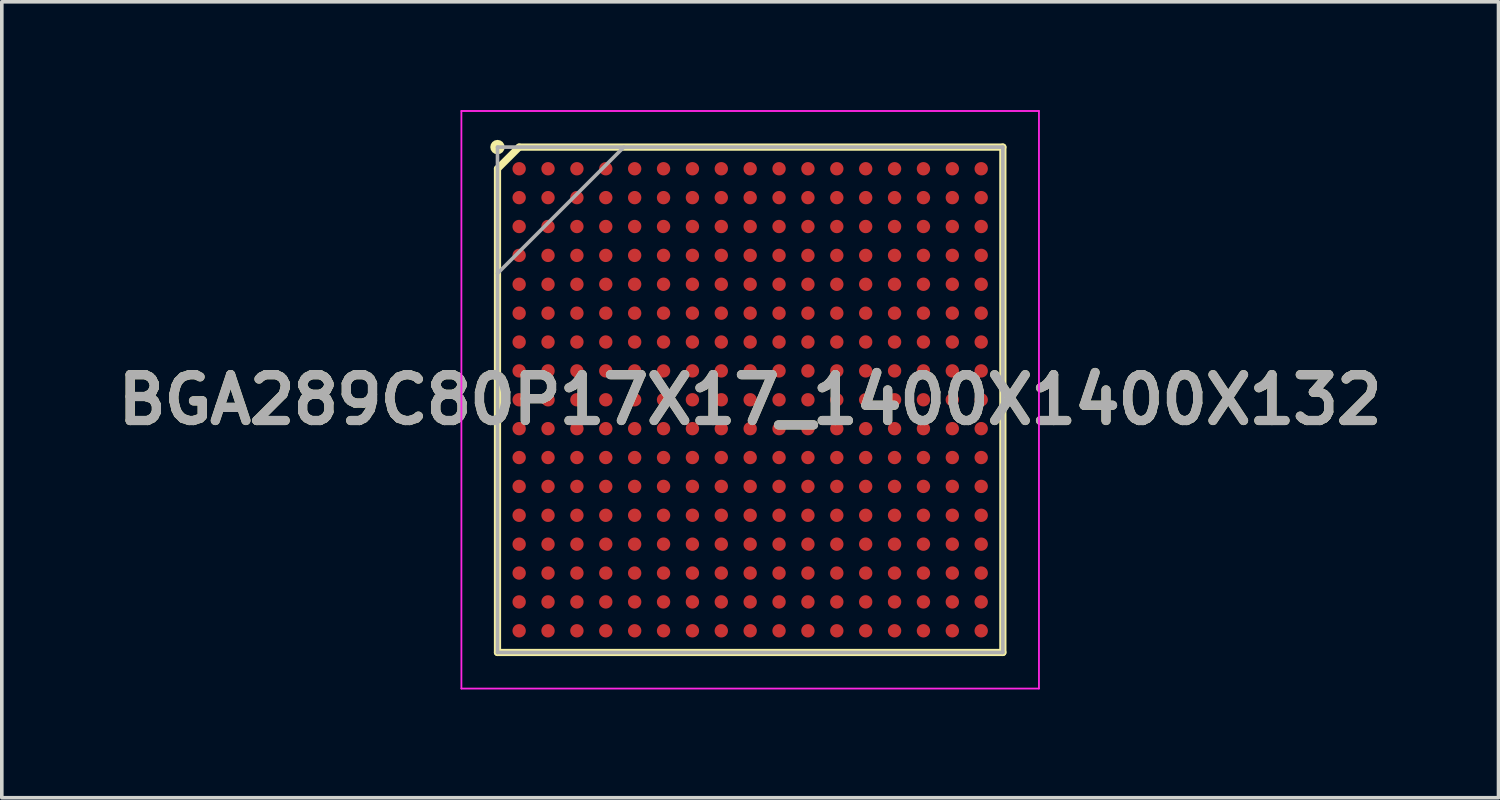
<source format=kicad_pcb>
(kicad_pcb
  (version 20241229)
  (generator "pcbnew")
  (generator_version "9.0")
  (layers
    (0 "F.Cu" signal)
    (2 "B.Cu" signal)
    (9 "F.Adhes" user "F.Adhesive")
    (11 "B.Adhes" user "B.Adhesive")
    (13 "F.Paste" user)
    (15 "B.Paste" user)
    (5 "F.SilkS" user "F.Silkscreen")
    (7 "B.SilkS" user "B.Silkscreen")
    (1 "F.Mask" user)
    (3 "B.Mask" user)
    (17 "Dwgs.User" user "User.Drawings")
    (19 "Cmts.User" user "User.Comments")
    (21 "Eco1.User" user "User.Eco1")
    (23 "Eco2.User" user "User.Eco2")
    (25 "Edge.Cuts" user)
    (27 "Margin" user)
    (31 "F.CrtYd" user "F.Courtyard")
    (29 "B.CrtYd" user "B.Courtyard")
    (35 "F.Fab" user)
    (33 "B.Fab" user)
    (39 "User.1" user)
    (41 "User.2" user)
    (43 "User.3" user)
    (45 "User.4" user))
  (footprint "BGA289C80P17X17_1400X1400X132"
    (layer "F.Cu")
    (at 17.732 8.025)
    (property "Reference" "BGA289C80P17X17_1400X1400X132" (at 0 0 0) (layer "F.SilkS") (effects (font (size 1.27 1.27) (thickness 0.254))))
    (attr smd)
    (fp_line (start -7 -6.4) (end -6.4 -7) (stroke (width 0.2) (type solid)) (layer "F.SilkS"))
    (fp_line (start -7 7) (end -7 -6.4) (stroke (width 0.2) (type solid)) (layer "F.SilkS"))
    (fp_line (start -6.4 -7) (end 7 -7) (stroke (width 0.2) (type solid)) (layer "F.SilkS"))
    (fp_line (start 7 -7) (end 7 7) (stroke (width 0.2) (type solid)) (layer "F.SilkS"))
    (fp_line (start 7 7) (end -7 7) (stroke (width 0.2) (type solid)) (layer "F.SilkS"))
    (fp_circle (center -7 -7) (end -7 -6.9) (stroke (width 0.2) (type solid)) (fill no) (layer "F.SilkS"))
    (fp_line (start -8 -8) (end 8 -8) (stroke (width 0.05) (type solid)) (layer "F.CrtYd"))
    (fp_line (start -8 8) (end -8 -8) (stroke (width 0.05) (type solid)) (layer "F.CrtYd"))
    (fp_line (start 8 -8) (end 8 8) (stroke (width 0.05) (type solid)) (layer "F.CrtYd"))
    (fp_line (start 8 8) (end -8 8) (stroke (width 0.05) (type solid)) (layer "F.CrtYd"))
    (fp_line (start -7 -7) (end 7 -7) (stroke (width 0.1) (type solid)) (layer "F.Fab"))
    (fp_line (start -7 -3.5) (end -3.5 -7) (stroke (width 0.1) (type solid)) (layer "F.Fab"))
    (fp_line (start -7 7) (end -7 -7) (stroke (width 0.1) (type solid)) (layer "F.Fab"))
    (fp_line (start 7 -7) (end 7 7) (stroke (width 0.1) (type solid)) (layer "F.Fab"))
    (fp_line (start 7 7) (end -7 7) (stroke (width 0.1) (type solid)) (layer "F.Fab"))
    (fp_text user "${REFERENCE}" (at 0 0 0) (layer "F.Fab") (effects (font (size 1.27 1.27) (thickness 0.254))))
    (pad "A1" smd circle (at -6.4 -6.4 90) (size 0.37 0.37) (layers "F.Cu" "F.Mask" "F.Paste"))
    (pad "A2" smd circle (at -5.6 -6.4 90) (size 0.37 0.37) (layers "F.Cu" "F.Mask" "F.Paste"))
    (pad "A3" smd circle (at -4.8 -6.4 90) (size 0.37 0.37) (layers "F.Cu" "F.Mask" "F.Paste"))
    (pad "A4" smd circle (at -4 -6.4 90) (size 0.37 0.37) (layers "F.Cu" "F.Mask" "F.Paste"))
    (pad "A5" smd circle (at -3.2 -6.4 90) (size 0.37 0.37) (layers "F.Cu" "F.Mask" "F.Paste"))
    (pad "A6" smd circle (at -2.4 -6.4 90) (size 0.37 0.37) (layers "F.Cu" "F.Mask" "F.Paste"))
    (pad "A7" smd circle (at -1.6 -6.4 90) (size 0.37 0.37) (layers "F.Cu" "F.Mask" "F.Paste"))
    (pad "A8" smd circle (at -0.8 -6.4 90) (size 0.37 0.37) (layers "F.Cu" "F.Mask" "F.Paste"))
    (pad "A9" smd circle (at 0 -6.4 90) (size 0.37 0.37) (layers "F.Cu" "F.Mask" "F.Paste"))
    (pad "A10" smd circle (at 0.8 -6.4 90) (size 0.37 0.37) (layers "F.Cu" "F.Mask" "F.Paste"))
    (pad "A11" smd circle (at 1.6 -6.4 90) (size 0.37 0.37) (layers "F.Cu" "F.Mask" "F.Paste"))
    (pad "A12" smd circle (at 2.4 -6.4 90) (size 0.37 0.37) (layers "F.Cu" "F.Mask" "F.Paste"))
    (pad "A13" smd circle (at 3.2 -6.4 90) (size 0.37 0.37) (layers "F.Cu" "F.Mask" "F.Paste"))
    (pad "A14" smd circle (at 4 -6.4 90) (size 0.37 0.37) (layers "F.Cu" "F.Mask" "F.Paste"))
    (pad "A15" smd circle (at 4.8 -6.4 90) (size 0.37 0.37) (layers "F.Cu" "F.Mask" "F.Paste"))
    (pad "A16" smd circle (at 5.6 -6.4 90) (size 0.37 0.37) (layers "F.Cu" "F.Mask" "F.Paste"))
    (pad "A17" smd circle (at 6.4 -6.4 90) (size 0.37 0.37) (layers "F.Cu" "F.Mask" "F.Paste"))
    (pad "B1" smd circle (at -6.4 -5.6 90) (size 0.37 0.37) (layers "F.Cu" "F.Mask" "F.Paste"))
    (pad "B2" smd circle (at -5.6 -5.6 90) (size 0.37 0.37) (layers "F.Cu" "F.Mask" "F.Paste"))
    (pad "B3" smd circle (at -4.8 -5.6 90) (size 0.37 0.37) (layers "F.Cu" "F.Mask" "F.Paste"))
    (pad "B4" smd circle (at -4 -5.6 90) (size 0.37 0.37) (layers "F.Cu" "F.Mask" "F.Paste"))
    (pad "B5" smd circle (at -3.2 -5.6 90) (size 0.37 0.37) (layers "F.Cu" "F.Mask" "F.Paste"))
    (pad "B6" smd circle (at -2.4 -5.6 90) (size 0.37 0.37) (layers "F.Cu" "F.Mask" "F.Paste"))
    (pad "B7" smd circle (at -1.6 -5.6 90) (size 0.37 0.37) (layers "F.Cu" "F.Mask" "F.Paste"))
    (pad "B8" smd circle (at -0.8 -5.6 90) (size 0.37 0.37) (layers "F.Cu" "F.Mask" "F.Paste"))
    (pad "B9" smd circle (at 0 -5.6 90) (size 0.37 0.37) (layers "F.Cu" "F.Mask" "F.Paste"))
    (pad "B10" smd circle (at 0.8 -5.6 90) (size 0.37 0.37) (layers "F.Cu" "F.Mask" "F.Paste"))
    (pad "B11" smd circle (at 1.6 -5.6 90) (size 0.37 0.37) (layers "F.Cu" "F.Mask" "F.Paste"))
    (pad "B12" smd circle (at 2.4 -5.6 90) (size 0.37 0.37) (layers "F.Cu" "F.Mask" "F.Paste"))
    (pad "B13" smd circle (at 3.2 -5.6 90) (size 0.37 0.37) (layers "F.Cu" "F.Mask" "F.Paste"))
    (pad "B14" smd circle (at 4 -5.6 90) (size 0.37 0.37) (layers "F.Cu" "F.Mask" "F.Paste"))
    (pad "B15" smd circle (at 4.8 -5.6 90) (size 0.37 0.37) (layers "F.Cu" "F.Mask" "F.Paste"))
    (pad "B16" smd circle (at 5.6 -5.6 90) (size 0.37 0.37) (layers "F.Cu" "F.Mask" "F.Paste"))
    (pad "B17" smd circle (at 6.4 -5.6 90) (size 0.37 0.37) (layers "F.Cu" "F.Mask" "F.Paste"))
    (pad "C1" smd circle (at -6.4 -4.8 90) (size 0.37 0.37) (layers "F.Cu" "F.Mask" "F.Paste"))
    (pad "C2" smd circle (at -5.6 -4.8 90) (size 0.37 0.37) (layers "F.Cu" "F.Mask" "F.Paste"))
    (pad "C3" smd circle (at -4.8 -4.8 90) (size 0.37 0.37) (layers "F.Cu" "F.Mask" "F.Paste"))
    (pad "C4" smd circle (at -4 -4.8 90) (size 0.37 0.37) (layers "F.Cu" "F.Mask" "F.Paste"))
    (pad "C5" smd circle (at -3.2 -4.8 90) (size 0.37 0.37) (layers "F.Cu" "F.Mask" "F.Paste"))
    (pad "C6" smd circle (at -2.4 -4.8 90) (size 0.37 0.37) (layers "F.Cu" "F.Mask" "F.Paste"))
    (pad "C7" smd circle (at -1.6 -4.8 90) (size 0.37 0.37) (layers "F.Cu" "F.Mask" "F.Paste"))
    (pad "C8" smd circle (at -0.8 -4.8 90) (size 0.37 0.37) (layers "F.Cu" "F.Mask" "F.Paste"))
    (pad "C9" smd circle (at 0 -4.8 90) (size 0.37 0.37) (layers "F.Cu" "F.Mask" "F.Paste"))
    (pad "C10" smd circle (at 0.8 -4.8 90) (size 0.37 0.37) (layers "F.Cu" "F.Mask" "F.Paste"))
    (pad "C11" smd circle (at 1.6 -4.8 90) (size 0.37 0.37) (layers "F.Cu" "F.Mask" "F.Paste"))
    (pad "C12" smd circle (at 2.4 -4.8 90) (size 0.37 0.37) (layers "F.Cu" "F.Mask" "F.Paste"))
    (pad "C13" smd circle (at 3.2 -4.8 90) (size 0.37 0.37) (layers "F.Cu" "F.Mask" "F.Paste"))
    (pad "C14" smd circle (at 4 -4.8 90) (size 0.37 0.37) (layers "F.Cu" "F.Mask" "F.Paste"))
    (pad "C15" smd circle (at 4.8 -4.8 90) (size 0.37 0.37) (layers "F.Cu" "F.Mask" "F.Paste"))
    (pad "C16" smd circle (at 5.6 -4.8 90) (size 0.37 0.37) (layers "F.Cu" "F.Mask" "F.Paste"))
    (pad "C17" smd circle (at 6.4 -4.8 90) (size 0.37 0.37) (layers "F.Cu" "F.Mask" "F.Paste"))
    (pad "D1" smd circle (at -6.4 -4 90) (size 0.37 0.37) (layers "F.Cu" "F.Mask" "F.Paste"))
    (pad "D2" smd circle (at -5.6 -4 90) (size 0.37 0.37) (layers "F.Cu" "F.Mask" "F.Paste"))
    (pad "D3" smd circle (at -4.8 -4 90) (size 0.37 0.37) (layers "F.Cu" "F.Mask" "F.Paste"))
    (pad "D4" smd circle (at -4 -4 90) (size 0.37 0.37) (layers "F.Cu" "F.Mask" "F.Paste"))
    (pad "D5" smd circle (at -3.2 -4 90) (size 0.37 0.37) (layers "F.Cu" "F.Mask" "F.Paste"))
    (pad "D6" smd circle (at -2.4 -4 90) (size 0.37 0.37) (layers "F.Cu" "F.Mask" "F.Paste"))
    (pad "D7" smd circle (at -1.6 -4 90) (size 0.37 0.37) (layers "F.Cu" "F.Mask" "F.Paste"))
    (pad "D8" smd circle (at -0.8 -4 90) (size 0.37 0.37) (layers "F.Cu" "F.Mask" "F.Paste"))
    (pad "D9" smd circle (at 0 -4 90) (size 0.37 0.37) (layers "F.Cu" "F.Mask" "F.Paste"))
    (pad "D10" smd circle (at 0.8 -4 90) (size 0.37 0.37) (layers "F.Cu" "F.Mask" "F.Paste"))
    (pad "D11" smd circle (at 1.6 -4 90) (size 0.37 0.37) (layers "F.Cu" "F.Mask" "F.Paste"))
    (pad "D12" smd circle (at 2.4 -4 90) (size 0.37 0.37) (layers "F.Cu" "F.Mask" "F.Paste"))
    (pad "D13" smd circle (at 3.2 -4 90) (size 0.37 0.37) (layers "F.Cu" "F.Mask" "F.Paste"))
    (pad "D14" smd circle (at 4 -4 90) (size 0.37 0.37) (layers "F.Cu" "F.Mask" "F.Paste"))
    (pad "D15" smd circle (at 4.8 -4 90) (size 0.37 0.37) (layers "F.Cu" "F.Mask" "F.Paste"))
    (pad "D16" smd circle (at 5.6 -4 90) (size 0.37 0.37) (layers "F.Cu" "F.Mask" "F.Paste"))
    (pad "D17" smd circle (at 6.4 -4 90) (size 0.37 0.37) (layers "F.Cu" "F.Mask" "F.Paste"))
    (pad "E1" smd circle (at -6.4 -3.2 90) (size 0.37 0.37) (layers "F.Cu" "F.Mask" "F.Paste"))
    (pad "E2" smd circle (at -5.6 -3.2 90) (size 0.37 0.37) (layers "F.Cu" "F.Mask" "F.Paste"))
    (pad "E3" smd circle (at -4.8 -3.2 90) (size 0.37 0.37) (layers "F.Cu" "F.Mask" "F.Paste"))
    (pad "E4" smd circle (at -4 -3.2 90) (size 0.37 0.37) (layers "F.Cu" "F.Mask" "F.Paste"))
    (pad "E5" smd circle (at -3.2 -3.2 90) (size 0.37 0.37) (layers "F.Cu" "F.Mask" "F.Paste"))
    (pad "E6" smd circle (at -2.4 -3.2 90) (size 0.37 0.37) (layers "F.Cu" "F.Mask" "F.Paste"))
    (pad "E7" smd circle (at -1.6 -3.2 90) (size 0.37 0.37) (layers "F.Cu" "F.Mask" "F.Paste"))
    (pad "E8" smd circle (at -0.8 -3.2 90) (size 0.37 0.37) (layers "F.Cu" "F.Mask" "F.Paste"))
    (pad "E9" smd circle (at 0 -3.2 90) (size 0.37 0.37) (layers "F.Cu" "F.Mask" "F.Paste"))
    (pad "E10" smd circle (at 0.8 -3.2 90) (size 0.37 0.37) (layers "F.Cu" "F.Mask" "F.Paste"))
    (pad "E11" smd circle (at 1.6 -3.2 90) (size 0.37 0.37) (layers "F.Cu" "F.Mask" "F.Paste"))
    (pad "E12" smd circle (at 2.4 -3.2 90) (size 0.37 0.37) (layers "F.Cu" "F.Mask" "F.Paste"))
    (pad "E13" smd circle (at 3.2 -3.2 90) (size 0.37 0.37) (layers "F.Cu" "F.Mask" "F.Paste"))
    (pad "E14" smd circle (at 4 -3.2 90) (size 0.37 0.37) (layers "F.Cu" "F.Mask" "F.Paste"))
    (pad "E15" smd circle (at 4.8 -3.2 90) (size 0.37 0.37) (layers "F.Cu" "F.Mask" "F.Paste"))
    (pad "E16" smd circle (at 5.6 -3.2 90) (size 0.37 0.37) (layers "F.Cu" "F.Mask" "F.Paste"))
    (pad "E17" smd circle (at 6.4 -3.2 90) (size 0.37 0.37) (layers "F.Cu" "F.Mask" "F.Paste"))
    (pad "F1" smd circle (at -6.4 -2.4 90) (size 0.37 0.37) (layers "F.Cu" "F.Mask" "F.Paste"))
    (pad "F2" smd circle (at -5.6 -2.4 90) (size 0.37 0.37) (layers "F.Cu" "F.Mask" "F.Paste"))
    (pad "F3" smd circle (at -4.8 -2.4 90) (size 0.37 0.37) (layers "F.Cu" "F.Mask" "F.Paste"))
    (pad "F4" smd circle (at -4 -2.4 90) (size 0.37 0.37) (layers "F.Cu" "F.Mask" "F.Paste"))
    (pad "F5" smd circle (at -3.2 -2.4 90) (size 0.37 0.37) (layers "F.Cu" "F.Mask" "F.Paste"))
    (pad "F6" smd circle (at -2.4 -2.4 90) (size 0.37 0.37) (layers "F.Cu" "F.Mask" "F.Paste"))
    (pad "F7" smd circle (at -1.6 -2.4 90) (size 0.37 0.37) (layers "F.Cu" "F.Mask" "F.Paste"))
    (pad "F8" smd circle (at -0.8 -2.4 90) (size 0.37 0.37) (layers "F.Cu" "F.Mask" "F.Paste"))
    (pad "F9" smd circle (at 0 -2.4 90) (size 0.37 0.37) (layers "F.Cu" "F.Mask" "F.Paste"))
    (pad "F10" smd circle (at 0.8 -2.4 90) (size 0.37 0.37) (layers "F.Cu" "F.Mask" "F.Paste"))
    (pad "F11" smd circle (at 1.6 -2.4 90) (size 0.37 0.37) (layers "F.Cu" "F.Mask" "F.Paste"))
    (pad "F12" smd circle (at 2.4 -2.4 90) (size 0.37 0.37) (layers "F.Cu" "F.Mask" "F.Paste"))
    (pad "F13" smd circle (at 3.2 -2.4 90) (size 0.37 0.37) (layers "F.Cu" "F.Mask" "F.Paste"))
    (pad "F14" smd circle (at 4 -2.4 90) (size 0.37 0.37) (layers "F.Cu" "F.Mask" "F.Paste"))
    (pad "F15" smd circle (at 4.8 -2.4 90) (size 0.37 0.37) (layers "F.Cu" "F.Mask" "F.Paste"))
    (pad "F16" smd circle (at 5.6 -2.4 90) (size 0.37 0.37) (layers "F.Cu" "F.Mask" "F.Paste"))
    (pad "F17" smd circle (at 6.4 -2.4 90) (size 0.37 0.37) (layers "F.Cu" "F.Mask" "F.Paste"))
    (pad "G1" smd circle (at -6.4 -1.6 90) (size 0.37 0.37) (layers "F.Cu" "F.Mask" "F.Paste"))
    (pad "G2" smd circle (at -5.6 -1.6 90) (size 0.37 0.37) (layers "F.Cu" "F.Mask" "F.Paste"))
    (pad "G3" smd circle (at -4.8 -1.6 90) (size 0.37 0.37) (layers "F.Cu" "F.Mask" "F.Paste"))
    (pad "G4" smd circle (at -4 -1.6 90) (size 0.37 0.37) (layers "F.Cu" "F.Mask" "F.Paste"))
    (pad "G5" smd circle (at -3.2 -1.6 90) (size 0.37 0.37) (layers "F.Cu" "F.Mask" "F.Paste"))
    (pad "G6" smd circle (at -2.4 -1.6 90) (size 0.37 0.37) (layers "F.Cu" "F.Mask" "F.Paste"))
    (pad "G7" smd circle (at -1.6 -1.6 90) (size 0.37 0.37) (layers "F.Cu" "F.Mask" "F.Paste"))
    (pad "G8" smd circle (at -0.8 -1.6 90) (size 0.37 0.37) (layers "F.Cu" "F.Mask" "F.Paste"))
    (pad "G9" smd circle (at 0 -1.6 90) (size 0.37 0.37) (layers "F.Cu" "F.Mask" "F.Paste"))
    (pad "G10" smd circle (at 0.8 -1.6 90) (size 0.37 0.37) (layers "F.Cu" "F.Mask" "F.Paste"))
    (pad "G11" smd circle (at 1.6 -1.6 90) (size 0.37 0.37) (layers "F.Cu" "F.Mask" "F.Paste"))
    (pad "G12" smd circle (at 2.4 -1.6 90) (size 0.37 0.37) (layers "F.Cu" "F.Mask" "F.Paste"))
    (pad "G13" smd circle (at 3.2 -1.6 90) (size 0.37 0.37) (layers "F.Cu" "F.Mask" "F.Paste"))
    (pad "G14" smd circle (at 4 -1.6 90) (size 0.37 0.37) (layers "F.Cu" "F.Mask" "F.Paste"))
    (pad "G15" smd circle (at 4.8 -1.6 90) (size 0.37 0.37) (layers "F.Cu" "F.Mask" "F.Paste"))
    (pad "G16" smd circle (at 5.6 -1.6 90) (size 0.37 0.37) (layers "F.Cu" "F.Mask" "F.Paste"))
    (pad "G17" smd circle (at 6.4 -1.6 90) (size 0.37 0.37) (layers "F.Cu" "F.Mask" "F.Paste"))
    (pad "H1" smd circle (at -6.4 -0.8 90) (size 0.37 0.37) (layers "F.Cu" "F.Mask" "F.Paste"))
    (pad "H2" smd circle (at -5.6 -0.8 90) (size 0.37 0.37) (layers "F.Cu" "F.Mask" "F.Paste"))
    (pad "H3" smd circle (at -4.8 -0.8 90) (size 0.37 0.37) (layers "F.Cu" "F.Mask" "F.Paste"))
    (pad "H4" smd circle (at -4 -0.8 90) (size 0.37 0.37) (layers "F.Cu" "F.Mask" "F.Paste"))
    (pad "H5" smd circle (at -3.2 -0.8 90) (size 0.37 0.37) (layers "F.Cu" "F.Mask" "F.Paste"))
    (pad "H6" smd circle (at -2.4 -0.8 90) (size 0.37 0.37) (layers "F.Cu" "F.Mask" "F.Paste"))
    (pad "H7" smd circle (at -1.6 -0.8 90) (size 0.37 0.37) (layers "F.Cu" "F.Mask" "F.Paste"))
    (pad "H8" smd circle (at -0.8 -0.8 90) (size 0.37 0.37) (layers "F.Cu" "F.Mask" "F.Paste"))
    (pad "H9" smd circle (at 0 -0.8 90) (size 0.37 0.37) (layers "F.Cu" "F.Mask" "F.Paste"))
    (pad "H10" smd circle (at 0.8 -0.8 90) (size 0.37 0.37) (layers "F.Cu" "F.Mask" "F.Paste"))
    (pad "H11" smd circle (at 1.6 -0.8 90) (size 0.37 0.37) (layers "F.Cu" "F.Mask" "F.Paste"))
    (pad "H12" smd circle (at 2.4 -0.8 90) (size 0.37 0.37) (layers "F.Cu" "F.Mask" "F.Paste"))
    (pad "H13" smd circle (at 3.2 -0.8 90) (size 0.37 0.37) (layers "F.Cu" "F.Mask" "F.Paste"))
    (pad "H14" smd circle (at 4 -0.8 90) (size 0.37 0.37) (layers "F.Cu" "F.Mask" "F.Paste"))
    (pad "H15" smd circle (at 4.8 -0.8 90) (size 0.37 0.37) (layers "F.Cu" "F.Mask" "F.Paste"))
    (pad "H16" smd circle (at 5.6 -0.8 90) (size 0.37 0.37) (layers "F.Cu" "F.Mask" "F.Paste"))
    (pad "H17" smd circle (at 6.4 -0.8 90) (size 0.37 0.37) (layers "F.Cu" "F.Mask" "F.Paste"))
    (pad "J1" smd circle (at -6.4 0 90) (size 0.37 0.37) (layers "F.Cu" "F.Mask" "F.Paste"))
    (pad "J2" smd circle (at -5.6 0 90) (size 0.37 0.37) (layers "F.Cu" "F.Mask" "F.Paste"))
    (pad "J3" smd circle (at -4.8 0 90) (size 0.37 0.37) (layers "F.Cu" "F.Mask" "F.Paste"))
    (pad "J4" smd circle (at -4 0 90) (size 0.37 0.37) (layers "F.Cu" "F.Mask" "F.Paste"))
    (pad "J5" smd circle (at -3.2 0 90) (size 0.37 0.37) (layers "F.Cu" "F.Mask" "F.Paste"))
    (pad "J6" smd circle (at -2.4 0 90) (size 0.37 0.37) (layers "F.Cu" "F.Mask" "F.Paste"))
    (pad "J7" smd circle (at -1.6 0 90) (size 0.37 0.37) (layers "F.Cu" "F.Mask" "F.Paste"))
    (pad "J8" smd circle (at -0.8 0 90) (size 0.37 0.37) (layers "F.Cu" "F.Mask" "F.Paste"))
    (pad "J9" smd circle (at 0 0 90) (size 0.37 0.37) (layers "F.Cu" "F.Mask" "F.Paste"))
    (pad "J10" smd circle (at 0.8 0 90) (size 0.37 0.37) (layers "F.Cu" "F.Mask" "F.Paste"))
    (pad "J11" smd circle (at 1.6 0 90) (size 0.37 0.37) (layers "F.Cu" "F.Mask" "F.Paste"))
    (pad "J12" smd circle (at 2.4 0 90) (size 0.37 0.37) (layers "F.Cu" "F.Mask" "F.Paste"))
    (pad "J13" smd circle (at 3.2 0 90) (size 0.37 0.37) (layers "F.Cu" "F.Mask" "F.Paste"))
    (pad "J14" smd circle (at 4 0 90) (size 0.37 0.37) (layers "F.Cu" "F.Mask" "F.Paste"))
    (pad "J15" smd circle (at 4.8 0 90) (size 0.37 0.37) (layers "F.Cu" "F.Mask" "F.Paste"))
    (pad "J16" smd circle (at 5.6 0 90) (size 0.37 0.37) (layers "F.Cu" "F.Mask" "F.Paste"))
    (pad "J17" smd circle (at 6.4 0 90) (size 0.37 0.37) (layers "F.Cu" "F.Mask" "F.Paste"))
    (pad "K1" smd circle (at -6.4 0.8 90) (size 0.37 0.37) (layers "F.Cu" "F.Mask" "F.Paste"))
    (pad "K2" smd circle (at -5.6 0.8 90) (size 0.37 0.37) (layers "F.Cu" "F.Mask" "F.Paste"))
    (pad "K3" smd circle (at -4.8 0.8 90) (size 0.37 0.37) (layers "F.Cu" "F.Mask" "F.Paste"))
    (pad "K4" smd circle (at -4 0.8 90) (size 0.37 0.37) (layers "F.Cu" "F.Mask" "F.Paste"))
    (pad "K5" smd circle (at -3.2 0.8 90) (size 0.37 0.37) (layers "F.Cu" "F.Mask" "F.Paste"))
    (pad "K6" smd circle (at -2.4 0.8 90) (size 0.37 0.37) (layers "F.Cu" "F.Mask" "F.Paste"))
    (pad "K7" smd circle (at -1.6 0.8 90) (size 0.37 0.37) (layers "F.Cu" "F.Mask" "F.Paste"))
    (pad "K8" smd circle (at -0.8 0.8 90) (size 0.37 0.37) (layers "F.Cu" "F.Mask" "F.Paste"))
    (pad "K9" smd circle (at 0 0.8 90) (size 0.37 0.37) (layers "F.Cu" "F.Mask" "F.Paste"))
    (pad "K10" smd circle (at 0.8 0.8 90) (size 0.37 0.37) (layers "F.Cu" "F.Mask" "F.Paste"))
    (pad "K11" smd circle (at 1.6 0.8 90) (size 0.37 0.37) (layers "F.Cu" "F.Mask" "F.Paste"))
    (pad "K12" smd circle (at 2.4 0.8 90) (size 0.37 0.37) (layers "F.Cu" "F.Mask" "F.Paste"))
    (pad "K13" smd circle (at 3.2 0.8 90) (size 0.37 0.37) (layers "F.Cu" "F.Mask" "F.Paste"))
    (pad "K14" smd circle (at 4 0.8 90) (size 0.37 0.37) (layers "F.Cu" "F.Mask" "F.Paste"))
    (pad "K15" smd circle (at 4.8 0.8 90) (size 0.37 0.37) (layers "F.Cu" "F.Mask" "F.Paste"))
    (pad "K16" smd circle (at 5.6 0.8 90) (size 0.37 0.37) (layers "F.Cu" "F.Mask" "F.Paste"))
    (pad "K17" smd circle (at 6.4 0.8 90) (size 0.37 0.37) (layers "F.Cu" "F.Mask" "F.Paste"))
    (pad "L1" smd circle (at -6.4 1.6 90) (size 0.37 0.37) (layers "F.Cu" "F.Mask" "F.Paste"))
    (pad "L2" smd circle (at -5.6 1.6 90) (size 0.37 0.37) (layers "F.Cu" "F.Mask" "F.Paste"))
    (pad "L3" smd circle (at -4.8 1.6 90) (size 0.37 0.37) (layers "F.Cu" "F.Mask" "F.Paste"))
    (pad "L4" smd circle (at -4 1.6 90) (size 0.37 0.37) (layers "F.Cu" "F.Mask" "F.Paste"))
    (pad "L5" smd circle (at -3.2 1.6 90) (size 0.37 0.37) (layers "F.Cu" "F.Mask" "F.Paste"))
    (pad "L6" smd circle (at -2.4 1.6 90) (size 0.37 0.37) (layers "F.Cu" "F.Mask" "F.Paste"))
    (pad "L7" smd circle (at -1.6 1.6 90) (size 0.37 0.37) (layers "F.Cu" "F.Mask" "F.Paste"))
    (pad "L8" smd circle (at -0.8 1.6 90) (size 0.37 0.37) (layers "F.Cu" "F.Mask" "F.Paste"))
    (pad "L9" smd circle (at 0 1.6 90) (size 0.37 0.37) (layers "F.Cu" "F.Mask" "F.Paste"))
    (pad "L10" smd circle (at 0.8 1.6 90) (size 0.37 0.37) (layers "F.Cu" "F.Mask" "F.Paste"))
    (pad "L11" smd circle (at 1.6 1.6 90) (size 0.37 0.37) (layers "F.Cu" "F.Mask" "F.Paste"))
    (pad "L12" smd circle (at 2.4 1.6 90) (size 0.37 0.37) (layers "F.Cu" "F.Mask" "F.Paste"))
    (pad "L13" smd circle (at 3.2 1.6 90) (size 0.37 0.37) (layers "F.Cu" "F.Mask" "F.Paste"))
    (pad "L14" smd circle (at 4 1.6 90) (size 0.37 0.37) (layers "F.Cu" "F.Mask" "F.Paste"))
    (pad "L15" smd circle (at 4.8 1.6 90) (size 0.37 0.37) (layers "F.Cu" "F.Mask" "F.Paste"))
    (pad "L16" smd circle (at 5.6 1.6 90) (size 0.37 0.37) (layers "F.Cu" "F.Mask" "F.Paste"))
    (pad "L17" smd circle (at 6.4 1.6 90) (size 0.37 0.37) (layers "F.Cu" "F.Mask" "F.Paste"))
    (pad "M1" smd circle (at -6.4 2.4 90) (size 0.37 0.37) (layers "F.Cu" "F.Mask" "F.Paste"))
    (pad "M2" smd circle (at -5.6 2.4 90) (size 0.37 0.37) (layers "F.Cu" "F.Mask" "F.Paste"))
    (pad "M3" smd circle (at -4.8 2.4 90) (size 0.37 0.37) (layers "F.Cu" "F.Mask" "F.Paste"))
    (pad "M4" smd circle (at -4 2.4 90) (size 0.37 0.37) (layers "F.Cu" "F.Mask" "F.Paste"))
    (pad "M5" smd circle (at -3.2 2.4 90) (size 0.37 0.37) (layers "F.Cu" "F.Mask" "F.Paste"))
    (pad "M6" smd circle (at -2.4 2.4 90) (size 0.37 0.37) (layers "F.Cu" "F.Mask" "F.Paste"))
    (pad "M7" smd circle (at -1.6 2.4 90) (size 0.37 0.37) (layers "F.Cu" "F.Mask" "F.Paste"))
    (pad "M8" smd circle (at -0.8 2.4 90) (size 0.37 0.37) (layers "F.Cu" "F.Mask" "F.Paste"))
    (pad "M9" smd circle (at 0 2.4 90) (size 0.37 0.37) (layers "F.Cu" "F.Mask" "F.Paste"))
    (pad "M10" smd circle (at 0.8 2.4 90) (size 0.37 0.37) (layers "F.Cu" "F.Mask" "F.Paste"))
    (pad "M11" smd circle (at 1.6 2.4 90) (size 0.37 0.37) (layers "F.Cu" "F.Mask" "F.Paste"))
    (pad "M12" smd circle (at 2.4 2.4 90) (size 0.37 0.37) (layers "F.Cu" "F.Mask" "F.Paste"))
    (pad "M13" smd circle (at 3.2 2.4 90) (size 0.37 0.37) (layers "F.Cu" "F.Mask" "F.Paste"))
    (pad "M14" smd circle (at 4 2.4 90) (size 0.37 0.37) (layers "F.Cu" "F.Mask" "F.Paste"))
    (pad "M15" smd circle (at 4.8 2.4 90) (size 0.37 0.37) (layers "F.Cu" "F.Mask" "F.Paste"))
    (pad "M16" smd circle (at 5.6 2.4 90) (size 0.37 0.37) (layers "F.Cu" "F.Mask" "F.Paste"))
    (pad "M17" smd circle (at 6.4 2.4 90) (size 0.37 0.37) (layers "F.Cu" "F.Mask" "F.Paste"))
    (pad "N1" smd circle (at -6.4 3.2 90) (size 0.37 0.37) (layers "F.Cu" "F.Mask" "F.Paste"))
    (pad "N2" smd circle (at -5.6 3.2 90) (size 0.37 0.37) (layers "F.Cu" "F.Mask" "F.Paste"))
    (pad "N3" smd circle (at -4.8 3.2 90) (size 0.37 0.37) (layers "F.Cu" "F.Mask" "F.Paste"))
    (pad "N4" smd circle (at -4 3.2 90) (size 0.37 0.37) (layers "F.Cu" "F.Mask" "F.Paste"))
    (pad "N5" smd circle (at -3.2 3.2 90) (size 0.37 0.37) (layers "F.Cu" "F.Mask" "F.Paste"))
    (pad "N6" smd circle (at -2.4 3.2 90) (size 0.37 0.37) (layers "F.Cu" "F.Mask" "F.Paste"))
    (pad "N7" smd circle (at -1.6 3.2 90) (size 0.37 0.37) (layers "F.Cu" "F.Mask" "F.Paste"))
    (pad "N8" smd circle (at -0.8 3.2 90) (size 0.37 0.37) (layers "F.Cu" "F.Mask" "F.Paste"))
    (pad "N9" smd circle (at 0 3.2 90) (size 0.37 0.37) (layers "F.Cu" "F.Mask" "F.Paste"))
    (pad "N10" smd circle (at 0.8 3.2 90) (size 0.37 0.37) (layers "F.Cu" "F.Mask" "F.Paste"))
    (pad "N11" smd circle (at 1.6 3.2 90) (size 0.37 0.37) (layers "F.Cu" "F.Mask" "F.Paste"))
    (pad "N12" smd circle (at 2.4 3.2 90) (size 0.37 0.37) (layers "F.Cu" "F.Mask" "F.Paste"))
    (pad "N13" smd circle (at 3.2 3.2 90) (size 0.37 0.37) (layers "F.Cu" "F.Mask" "F.Paste"))
    (pad "N14" smd circle (at 4 3.2 90) (size 0.37 0.37) (layers "F.Cu" "F.Mask" "F.Paste"))
    (pad "N15" smd circle (at 4.8 3.2 90) (size 0.37 0.37) (layers "F.Cu" "F.Mask" "F.Paste"))
    (pad "N16" smd circle (at 5.6 3.2 90) (size 0.37 0.37) (layers "F.Cu" "F.Mask" "F.Paste"))
    (pad "N17" smd circle (at 6.4 3.2 90) (size 0.37 0.37) (layers "F.Cu" "F.Mask" "F.Paste"))
    (pad "P1" smd circle (at -6.4 4 90) (size 0.37 0.37) (layers "F.Cu" "F.Mask" "F.Paste"))
    (pad "P2" smd circle (at -5.6 4 90) (size 0.37 0.37) (layers "F.Cu" "F.Mask" "F.Paste"))
    (pad "P3" smd circle (at -4.8 4 90) (size 0.37 0.37) (layers "F.Cu" "F.Mask" "F.Paste"))
    (pad "P4" smd circle (at -4 4 90) (size 0.37 0.37) (layers "F.Cu" "F.Mask" "F.Paste"))
    (pad "P5" smd circle (at -3.2 4 90) (size 0.37 0.37) (layers "F.Cu" "F.Mask" "F.Paste"))
    (pad "P6" smd circle (at -2.4 4 90) (size 0.37 0.37) (layers "F.Cu" "F.Mask" "F.Paste"))
    (pad "P7" smd circle (at -1.6 4 90) (size 0.37 0.37) (layers "F.Cu" "F.Mask" "F.Paste"))
    (pad "P8" smd circle (at -0.8 4 90) (size 0.37 0.37) (layers "F.Cu" "F.Mask" "F.Paste"))
    (pad "P9" smd circle (at 0 4 90) (size 0.37 0.37) (layers "F.Cu" "F.Mask" "F.Paste"))
    (pad "P10" smd circle (at 0.8 4 90) (size 0.37 0.37) (layers "F.Cu" "F.Mask" "F.Paste"))
    (pad "P11" smd circle (at 1.6 4 90) (size 0.37 0.37) (layers "F.Cu" "F.Mask" "F.Paste"))
    (pad "P12" smd circle (at 2.4 4 90) (size 0.37 0.37) (layers "F.Cu" "F.Mask" "F.Paste"))
    (pad "P13" smd circle (at 3.2 4 90) (size 0.37 0.37) (layers "F.Cu" "F.Mask" "F.Paste"))
    (pad "P14" smd circle (at 4 4 90) (size 0.37 0.37) (layers "F.Cu" "F.Mask" "F.Paste"))
    (pad "P15" smd circle (at 4.8 4 90) (size 0.37 0.37) (layers "F.Cu" "F.Mask" "F.Paste"))
    (pad "P16" smd circle (at 5.6 4 90) (size 0.37 0.37) (layers "F.Cu" "F.Mask" "F.Paste"))
    (pad "P17" smd circle (at 6.4 4 90) (size 0.37 0.37) (layers "F.Cu" "F.Mask" "F.Paste"))
    (pad "R1" smd circle (at -6.4 4.8 90) (size 0.37 0.37) (layers "F.Cu" "F.Mask" "F.Paste"))
    (pad "R2" smd circle (at -5.6 4.8 90) (size 0.37 0.37) (layers "F.Cu" "F.Mask" "F.Paste"))
    (pad "R3" smd circle (at -4.8 4.8 90) (size 0.37 0.37) (layers "F.Cu" "F.Mask" "F.Paste"))
    (pad "R4" smd circle (at -4 4.8 90) (size 0.37 0.37) (layers "F.Cu" "F.Mask" "F.Paste"))
    (pad "R5" smd circle (at -3.2 4.8 90) (size 0.37 0.37) (layers "F.Cu" "F.Mask" "F.Paste"))
    (pad "R6" smd circle (at -2.4 4.8 90) (size 0.37 0.37) (layers "F.Cu" "F.Mask" "F.Paste"))
    (pad "R7" smd circle (at -1.6 4.8 90) (size 0.37 0.37) (layers "F.Cu" "F.Mask" "F.Paste"))
    (pad "R8" smd circle (at -0.8 4.8 90) (size 0.37 0.37) (layers "F.Cu" "F.Mask" "F.Paste"))
    (pad "R9" smd circle (at 0 4.8 90) (size 0.37 0.37) (layers "F.Cu" "F.Mask" "F.Paste"))
    (pad "R10" smd circle (at 0.8 4.8 90) (size 0.37 0.37) (layers "F.Cu" "F.Mask" "F.Paste"))
    (pad "R11" smd circle (at 1.6 4.8 90) (size 0.37 0.37) (layers "F.Cu" "F.Mask" "F.Paste"))
    (pad "R12" smd circle (at 2.4 4.8 90) (size 0.37 0.37) (layers "F.Cu" "F.Mask" "F.Paste"))
    (pad "R13" smd circle (at 3.2 4.8 90) (size 0.37 0.37) (layers "F.Cu" "F.Mask" "F.Paste"))
    (pad "R14" smd circle (at 4 4.8 90) (size 0.37 0.37) (layers "F.Cu" "F.Mask" "F.Paste"))
    (pad "R15" smd circle (at 4.8 4.8 90) (size 0.37 0.37) (layers "F.Cu" "F.Mask" "F.Paste"))
    (pad "R16" smd circle (at 5.6 4.8 90) (size 0.37 0.37) (layers "F.Cu" "F.Mask" "F.Paste"))
    (pad "R17" smd circle (at 6.4 4.8 90) (size 0.37 0.37) (layers "F.Cu" "F.Mask" "F.Paste"))
    (pad "T1" smd circle (at -6.4 5.6 90) (size 0.37 0.37) (layers "F.Cu" "F.Mask" "F.Paste"))
    (pad "T2" smd circle (at -5.6 5.6 90) (size 0.37 0.37) (layers "F.Cu" "F.Mask" "F.Paste"))
    (pad "T3" smd circle (at -4.8 5.6 90) (size 0.37 0.37) (layers "F.Cu" "F.Mask" "F.Paste"))
    (pad "T4" smd circle (at -4 5.6 90) (size 0.37 0.37) (layers "F.Cu" "F.Mask" "F.Paste"))
    (pad "T5" smd circle (at -3.2 5.6 90) (size 0.37 0.37) (layers "F.Cu" "F.Mask" "F.Paste"))
    (pad "T6" smd circle (at -2.4 5.6 90) (size 0.37 0.37) (layers "F.Cu" "F.Mask" "F.Paste"))
    (pad "T7" smd circle (at -1.6 5.6 90) (size 0.37 0.37) (layers "F.Cu" "F.Mask" "F.Paste"))
    (pad "T8" smd circle (at -0.8 5.6 90) (size 0.37 0.37) (layers "F.Cu" "F.Mask" "F.Paste"))
    (pad "T9" smd circle (at 0 5.6 90) (size 0.37 0.37) (layers "F.Cu" "F.Mask" "F.Paste"))
    (pad "T10" smd circle (at 0.8 5.6 90) (size 0.37 0.37) (layers "F.Cu" "F.Mask" "F.Paste"))
    (pad "T11" smd circle (at 1.6 5.6 90) (size 0.37 0.37) (layers "F.Cu" "F.Mask" "F.Paste"))
    (pad "T12" smd circle (at 2.4 5.6 90) (size 0.37 0.37) (layers "F.Cu" "F.Mask" "F.Paste"))
    (pad "T13" smd circle (at 3.2 5.6 90) (size 0.37 0.37) (layers "F.Cu" "F.Mask" "F.Paste"))
    (pad "T14" smd circle (at 4 5.6 90) (size 0.37 0.37) (layers "F.Cu" "F.Mask" "F.Paste"))
    (pad "T15" smd circle (at 4.8 5.6 90) (size 0.37 0.37) (layers "F.Cu" "F.Mask" "F.Paste"))
    (pad "T16" smd circle (at 5.6 5.6 90) (size 0.37 0.37) (layers "F.Cu" "F.Mask" "F.Paste"))
    (pad "T17" smd circle (at 6.4 5.6 90) (size 0.37 0.37) (layers "F.Cu" "F.Mask" "F.Paste"))
    (pad "U1" smd circle (at -6.4 6.4 90) (size 0.37 0.37) (layers "F.Cu" "F.Mask" "F.Paste"))
    (pad "U2" smd circle (at -5.6 6.4 90) (size 0.37 0.37) (layers "F.Cu" "F.Mask" "F.Paste"))
    (pad "U3" smd circle (at -4.8 6.4 90) (size 0.37 0.37) (layers "F.Cu" "F.Mask" "F.Paste"))
    (pad "U4" smd circle (at -4 6.4 90) (size 0.37 0.37) (layers "F.Cu" "F.Mask" "F.Paste"))
    (pad "U5" smd circle (at -3.2 6.4 90) (size 0.37 0.37) (layers "F.Cu" "F.Mask" "F.Paste"))
    (pad "U6" smd circle (at -2.4 6.4 90) (size 0.37 0.37) (layers "F.Cu" "F.Mask" "F.Paste"))
    (pad "U7" smd circle (at -1.6 6.4 90) (size 0.37 0.37) (layers "F.Cu" "F.Mask" "F.Paste"))
    (pad "U8" smd circle (at -0.8 6.4 90) (size 0.37 0.37) (layers "F.Cu" "F.Mask" "F.Paste"))
    (pad "U9" smd circle (at 0 6.4 90) (size 0.37 0.37) (layers "F.Cu" "F.Mask" "F.Paste"))
    (pad "U10" smd circle (at 0.8 6.4 90) (size 0.37 0.37) (layers "F.Cu" "F.Mask" "F.Paste"))
    (pad "U11" smd circle (at 1.6 6.4 90) (size 0.37 0.37) (layers "F.Cu" "F.Mask" "F.Paste"))
    (pad "U12" smd circle (at 2.4 6.4 90) (size 0.37 0.37) (layers "F.Cu" "F.Mask" "F.Paste"))
    (pad "U13" smd circle (at 3.2 6.4 90) (size 0.37 0.37) (layers "F.Cu" "F.Mask" "F.Paste"))
    (pad "U14" smd circle (at 4 6.4 90) (size 0.37 0.37) (layers "F.Cu" "F.Mask" "F.Paste"))
    (pad "U15" smd circle (at 4.8 6.4 90) (size 0.37 0.37) (layers "F.Cu" "F.Mask" "F.Paste"))
    (pad "U16" smd circle (at 5.6 6.4 90) (size 0.37 0.37) (layers "F.Cu" "F.Mask" "F.Paste"))
    (pad "U17" smd circle (at 6.4 6.4 90) (size 0.37 0.37) (layers "F.Cu" "F.Mask" "F.Paste")))
  (gr_rect
    (start -3 -3)
    (end 38.463 19.05)
    (stroke (width 0.1) (type default))
    (fill no)
    (layer "Edge.Cuts")))
</source>
